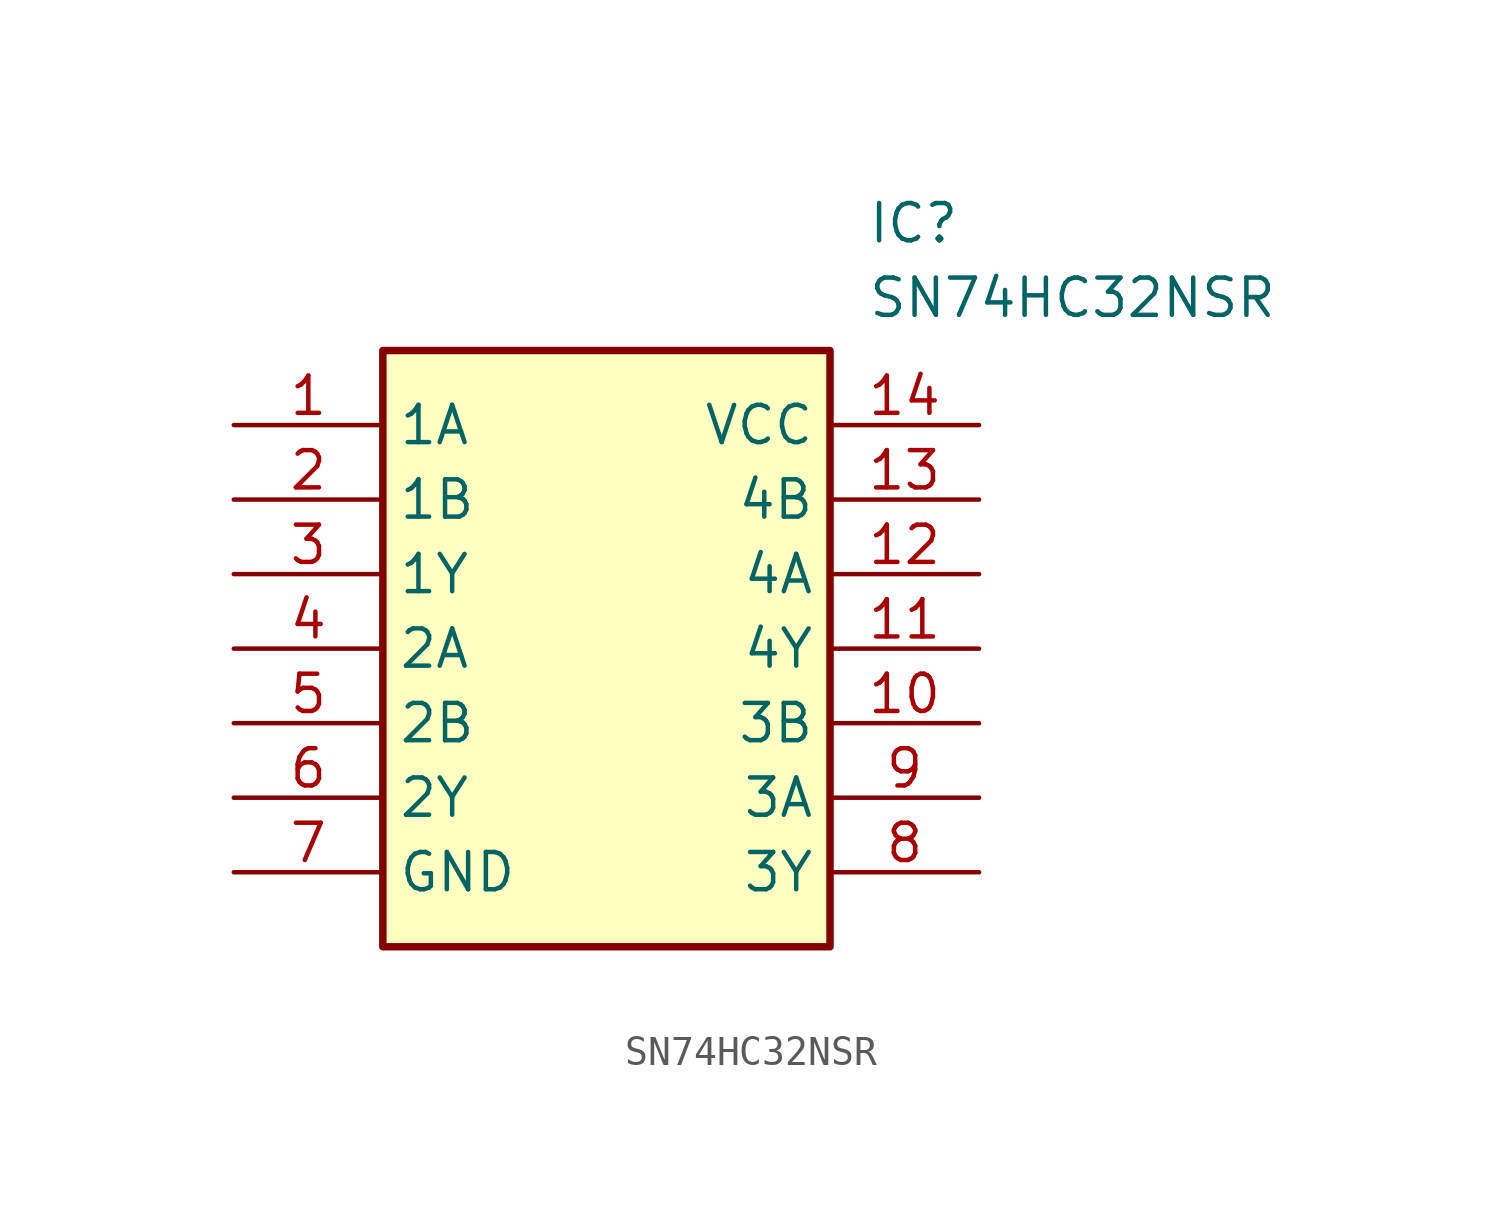
<source format=kicad_sym>
(kicad_symbol_lib
  (version 20211014)
  (generator SamacSys_ECAD_Model)
  (symbol "SN74HC32NSR"
    (property "Reference" "IC"
      (at 21.59 7.62 0)
      (effects (font (size 1.27 1.27)) (justify left top)))
    (property "Value" "SN74HC32NSR"
      (at 21.59 5.08 0)
      (effects (font (size 1.27 1.27)) (justify left top)))
    (rectangle
      (start 5.08 2.54)
      (end 20.32 -17.78)
      (stroke (width 0.254) (type default))
      (fill (type background)))
    (pin passive line
      (at 0 0 0)
      (length 5.08)
      (name "1A" (effects (font (size 1.27 1.27))))
      (number "1" (effects (font (size 1.27 1.27)))))
    (pin passive line
      (at 0 -2.54 0)
      (length 5.08)
      (name "1B" (effects (font (size 1.27 1.27))))
      (number "2" (effects (font (size 1.27 1.27)))))
    (pin passive line
      (at 0 -5.08 0)
      (length 5.08)
      (name "1Y" (effects (font (size 1.27 1.27))))
      (number "3" (effects (font (size 1.27 1.27)))))
    (pin passive line
      (at 0 -7.62 0)
      (length 5.08)
      (name "2A" (effects (font (size 1.27 1.27))))
      (number "4" (effects (font (size 1.27 1.27)))))
    (pin passive line
      (at 0 -10.16 0)
      (length 5.08)
      (name "2B" (effects (font (size 1.27 1.27))))
      (number "5" (effects (font (size 1.27 1.27)))))
    (pin passive line
      (at 0 -12.7 0)
      (length 5.08)
      (name "2Y" (effects (font (size 1.27 1.27))))
      (number "6" (effects (font (size 1.27 1.27)))))
    (pin passive line
      (at 0 -15.24 0)
      (length 5.08)
      (name "GND" (effects (font (size 1.27 1.27))))
      (number "7" (effects (font (size 1.27 1.27)))))
    (pin passive line
      (at 25.4 0 180)
      (length 5.08)
      (name "VCC" (effects (font (size 1.27 1.27))))
      (number "14" (effects (font (size 1.27 1.27)))))
    (pin passive line
      (at 25.4 -2.54 180)
      (length 5.08)
      (name "4B" (effects (font (size 1.27 1.27))))
      (number "13" (effects (font (size 1.27 1.27)))))
    (pin passive line
      (at 25.4 -5.08 180)
      (length 5.08)
      (name "4A" (effects (font (size 1.27 1.27))))
      (number "12" (effects (font (size 1.27 1.27)))))
    (pin passive line
      (at 25.4 -7.62 180)
      (length 5.08)
      (name "4Y" (effects (font (size 1.27 1.27))))
      (number "11" (effects (font (size 1.27 1.27)))))
    (pin passive line
      (at 25.4 -10.16 180)
      (length 5.08)
      (name "3B" (effects (font (size 1.27 1.27))))
      (number "10" (effects (font (size 1.27 1.27)))))
    (pin passive line
      (at 25.4 -12.7 180)
      (length 5.08)
      (name "3A" (effects (font (size 1.27 1.27))))
      (number "9" (effects (font (size 1.27 1.27)))))
    (pin passive line
      (at 25.4 -15.24 180)
      (length 5.08)
      (name "3Y" (effects (font (size 1.27 1.27))))
      (number "8" (effects (font (size 1.27 1.27)))))))
</source>
